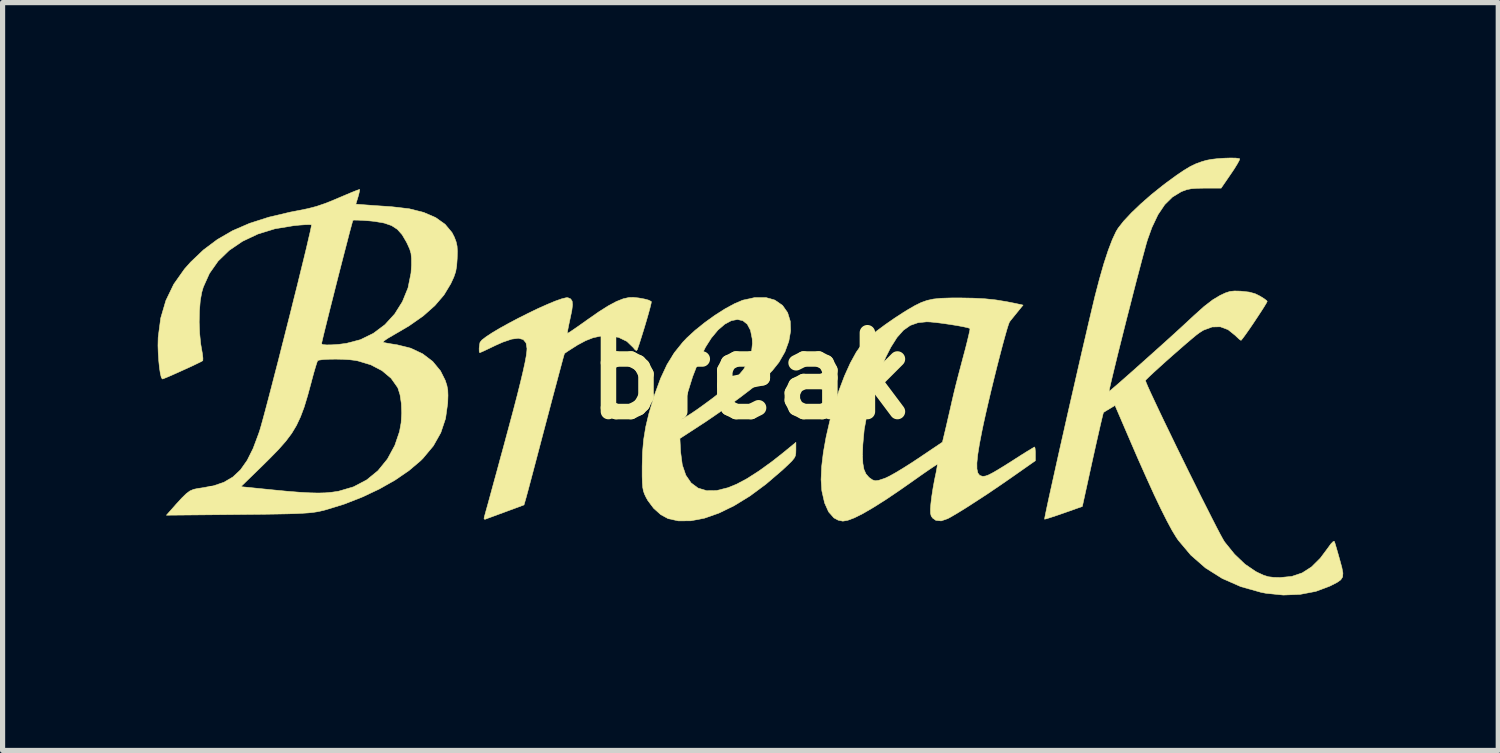
<source format=kicad_pcb>
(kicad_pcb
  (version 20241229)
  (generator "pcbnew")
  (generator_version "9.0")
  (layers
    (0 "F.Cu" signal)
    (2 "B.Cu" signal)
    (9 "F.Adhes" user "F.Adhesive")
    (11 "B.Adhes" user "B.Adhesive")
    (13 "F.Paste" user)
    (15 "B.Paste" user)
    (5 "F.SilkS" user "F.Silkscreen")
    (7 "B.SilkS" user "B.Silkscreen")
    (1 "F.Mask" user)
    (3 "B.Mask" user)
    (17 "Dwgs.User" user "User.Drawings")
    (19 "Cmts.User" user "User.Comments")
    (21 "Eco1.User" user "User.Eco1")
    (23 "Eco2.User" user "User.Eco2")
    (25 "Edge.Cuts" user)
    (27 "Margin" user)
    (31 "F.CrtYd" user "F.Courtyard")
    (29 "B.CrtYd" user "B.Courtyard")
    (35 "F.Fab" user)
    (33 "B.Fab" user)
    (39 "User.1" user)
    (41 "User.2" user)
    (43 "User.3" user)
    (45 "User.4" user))
  (footprint "break"
    (layer "F.Cu")
    (at 11.474 4.219)
    (property "Reference" "break" (at 0 0 0) (layer "F.SilkS") (effects (font (size 1.524 1.524) (thickness 0.3))))
    (attr through_hole)
    (fp_poly (pts (xy 0.46 -1.466) (xy 0.606 -1.365) (xy 0.611 -1.36) (xy 0.707 -1.223) (xy 0.758 -1.057) (xy 0.765 -0.87) (xy 0.73 -0.67) (xy 0.655 -0.465) (xy 0.54 -0.264) (xy 0.41 -0.101) (xy 0.313 -0.006) (xy 0.174 0.114) (xy -0.000054 0.254) (xy -0.2 0.407) (xy -0.419 0.568) (xy -0.648 0.729) (xy -0.879 0.887) (xy -0.979 0.952) (xy -1.376 1.21) (xy -1.362 1.475) (xy -1.33 1.721) (xy -1.262 1.92) (xy -1.16 2.069) (xy -1.026 2.169) (xy -0.861 2.219) (xy -0.667 2.217) (xy -0.446 2.162) (xy -0.28 2.094) (xy -0.077 1.986) (xy 0.154 1.838) (xy 0.406 1.656) (xy 0.608 1.497) (xy 0.867 1.285) (xy 0.867 1.432) (xy 0.865 1.495) (xy 0.857 1.545) (xy 0.833 1.592) (xy 0.788 1.647) (xy 0.713 1.72) (xy 0.602 1.824) (xy 0.287 2.094) (xy -0.024 2.324) (xy -0.329 2.511) (xy -0.623 2.654) (xy -0.903 2.752) (xy -1.165 2.802) (xy -1.404 2.804) (xy -1.605 2.76) (xy -1.748 2.682) (xy -1.884 2.56) (xy -1.998 2.408) (xy -2.033 2.344) (xy -2.062 2.283) (xy -2.082 2.224) (xy -2.095 2.156) (xy -2.102 2.066) (xy -2.106 1.943) (xy -2.106 1.774) (xy -2.106 1.748) (xy -2.099 1.478) (xy -2.077 1.23) (xy -2.037 0.986) (xy -2.002 0.838) (xy -1.343 0.838) (xy -1.224 0.77) (xy -1.158 0.728) (xy -1.056 0.659) (xy -0.93 0.569) (xy -0.792 0.468) (xy -0.725 0.418) (xy -0.48 0.224) (xy -0.289 0.045) (xy -0.146 -0.124) (xy -0.048 -0.288) (xy 0.008 -0.454) (xy 0.026 -0.627) (xy 0.022 -0.717) (xy -0.011 -0.882) (xy -0.073 -0.999) (xy -0.159 -1.068) (xy -0.263 -1.091) (xy -0.382 -1.068) (xy -0.509 -1) (xy -0.639 -0.888) (xy -0.769 -0.732) (xy -0.881 -0.556) (xy -1.011 -0.291) (xy -1.13 0.015) (xy -1.233 0.346) (xy -1.314 0.683) (xy -1.325 0.74) (xy -1.343 0.838) (xy -2.002 0.838) (xy -1.976 0.729) (xy -1.89 0.441) (xy -1.866 0.365) (xy -1.75 0.049) (xy -1.625 -0.219) (xy -1.483 -0.449) (xy -1.319 -0.653) (xy -1.242 -0.734) (xy -1.08 -0.883) (xy -0.894 -1.032) (xy -0.698 -1.173) (xy -0.503 -1.297) (xy -0.323 -1.395) (xy -0.171 -1.46) (xy -0.156 -1.465) (xy 0.078 -1.516) (xy 0.284 -1.516) (xy 0.46 -1.466)) (stroke (width 0.01) (type solid)) (fill yes) (layer "F.SilkS"))
    (fp_poly (pts (xy -2.173 -1.507) (xy -2.068 -1.488) (xy -1.981 -1.465) (xy -1.931 -1.439) (xy -1.928 -1.435) (xy -1.933 -1.402) (xy -1.952 -1.323) (xy -1.983 -1.209) (xy -2.023 -1.07) (xy -2.068 -0.919) (xy -2.116 -0.765) (xy -2.162 -0.62) (xy -2.2 -0.508) (xy -2.219 -0.488) (xy -2.252 -0.515) (xy -2.276 -0.546) (xy -2.401 -0.667) (xy -2.562 -0.745) (xy -2.753 -0.776) (xy -2.782 -0.776) (xy -2.922 -0.767) (xy -3.057 -0.737) (xy -3.198 -0.682) (xy -3.357 -0.597) (xy -3.545 -0.477) (xy -3.608 -0.433) (xy -3.617 -0.404) (xy -3.64 -0.323) (xy -3.674 -0.196) (xy -3.719 -0.028) (xy -3.773 0.175) (xy -3.835 0.406) (xy -3.902 0.661) (xy -3.961 0.884) (xy -4.034 1.16) (xy -4.103 1.423) (xy -4.167 1.666) (xy -4.224 1.882) (xy -4.273 2.066) (xy -4.311 2.21) (xy -4.338 2.308) (xy -4.348 2.346) (xy -4.391 2.495) (xy -4.755 2.63) (xy -4.894 2.681) (xy -5.013 2.725) (xy -5.101 2.757) (xy -5.146 2.774) (xy -5.148 2.775) (xy -5.164 2.761) (xy -5.159 2.73) (xy -5.148 2.69) (xy -5.123 2.599) (xy -5.085 2.463) (xy -5.037 2.287) (xy -4.98 2.078) (xy -4.915 1.842) (xy -4.846 1.586) (xy -4.797 1.408) (xy -4.689 1.007) (xy -4.596 0.66) (xy -4.519 0.364) (xy -4.457 0.115) (xy -4.408 -0.091) (xy -4.372 -0.256) (xy -4.348 -0.385) (xy -4.336 -0.48) (xy -4.333 -0.529) (xy -4.351 -0.637) (xy -4.405 -0.703) (xy -4.498 -0.728) (xy -4.63 -0.711) (xy -4.803 -0.652) (xy -4.949 -0.587) (xy -5.067 -0.53) (xy -5.164 -0.484) (xy -5.228 -0.456) (xy -5.247 -0.448) (xy -5.257 -0.474) (xy -5.258 -0.535) (xy -5.249 -0.61) (xy -5.241 -0.649) (xy -5.206 -0.693) (xy -5.124 -0.756) (xy -5.004 -0.835) (xy -4.854 -0.924) (xy -4.682 -1.019) (xy -4.497 -1.117) (xy -4.307 -1.212) (xy -4.121 -1.302) (xy -3.946 -1.38) (xy -3.791 -1.445) (xy -3.664 -1.49) (xy -3.574 -1.512) (xy -3.54 -1.511) (xy -3.489 -1.489) (xy -3.46 -1.446) (xy -3.453 -1.375) (xy -3.466 -1.265) (xy -3.498 -1.113) (xy -3.524 -0.992) (xy -3.543 -0.895) (xy -3.552 -0.835) (xy -3.551 -0.823) (xy -3.525 -0.836) (xy -3.459 -0.879) (xy -3.362 -0.946) (xy -3.242 -1.03) (xy -3.168 -1.083) (xy -2.946 -1.238) (xy -2.761 -1.355) (xy -2.606 -1.438) (xy -2.473 -1.491) (xy -2.361 -1.516) (xy -2.277 -1.518) (xy -2.173 -1.507)) (stroke (width 0.01) (type solid)) (fill yes) (layer "F.SilkS"))
    (fp_poly (pts (xy 4.3 -1.503) (xy 4.527 -1.491) (xy 4.736 -1.469) (xy 4.948 -1.434) (xy 5.11 -1.402) (xy 5.26 -1.369) (xy 5.147 -1.23) (xy 5.08 -1.147) (xy 5.023 -1.077) (xy 4.998 -1.044) (xy 4.98 -1) (xy 4.95 -0.906) (xy 4.911 -0.769) (xy 4.864 -0.598) (xy 4.812 -0.399) (xy 4.756 -0.181) (xy 4.699 0.049) (xy 4.642 0.282) (xy 4.588 0.511) (xy 4.538 0.728) (xy 4.494 0.926) (xy 4.466 1.061) (xy 4.416 1.319) (xy 4.383 1.525) (xy 4.367 1.684) (xy 4.368 1.799) (xy 4.386 1.878) (xy 4.42 1.923) (xy 4.473 1.942) (xy 4.49 1.942) (xy 4.531 1.937) (xy 4.586 1.918) (xy 4.66 1.881) (xy 4.761 1.823) (xy 4.897 1.74) (xy 5.074 1.628) (xy 5.103 1.609) (xy 5.233 1.526) (xy 5.345 1.456) (xy 5.43 1.405) (xy 5.477 1.377) (xy 5.484 1.375) (xy 5.492 1.401) (xy 5.498 1.469) (xy 5.498 1.507) (xy 5.498 1.64) (xy 5.013 1.98) (xy 4.794 2.131) (xy 4.574 2.28) (xy 4.361 2.419) (xy 4.166 2.545) (xy 3.996 2.65) (xy 3.861 2.729) (xy 3.804 2.76) (xy 3.677 2.804) (xy 3.574 2.794) (xy 3.511 2.749) (xy 3.483 2.709) (xy 3.47 2.655) (xy 3.469 2.573) (xy 3.477 2.473) (xy 3.493 2.337) (xy 3.518 2.175) (xy 3.547 2.016) (xy 3.553 1.987) (xy 3.578 1.869) (xy 3.595 1.775) (xy 3.603 1.719) (xy 3.602 1.71) (xy 3.577 1.724) (xy 3.511 1.767) (xy 3.413 1.833) (xy 3.292 1.917) (xy 3.209 1.976) (xy 2.884 2.204) (xy 2.603 2.394) (xy 2.362 2.546) (xy 2.161 2.663) (xy 1.997 2.745) (xy 1.869 2.793) (xy 1.775 2.809) (xy 1.684 2.79) (xy 1.602 2.746) (xy 1.499 2.629) (xy 1.422 2.457) (xy 1.371 2.233) (xy 1.368 2.217) (xy 1.354 2.005) (xy 1.365 1.755) (xy 1.391 1.537) (xy 2.155 1.537) (xy 2.162 1.692) (xy 2.183 1.808) (xy 2.221 1.894) (xy 2.277 1.959) (xy 2.292 1.972) (xy 2.35 2.012) (xy 2.403 2.028) (xy 2.47 2.019) (xy 2.567 1.987) (xy 2.605 1.973) (xy 2.679 1.937) (xy 2.792 1.874) (xy 2.932 1.79) (xy 3.087 1.692) (xy 3.23 1.598) (xy 3.701 1.281) (xy 3.777 0.962) (xy 3.814 0.801) (xy 3.853 0.632) (xy 3.887 0.482) (xy 3.902 0.418) (xy 3.926 0.315) (xy 3.962 0.169) (xy 4.007 -0.006) (xy 4.057 -0.195) (xy 4.099 -0.354) (xy 4.145 -0.526) (xy 4.183 -0.677) (xy 4.212 -0.799) (xy 4.23 -0.881) (xy 4.234 -0.916) (xy 4.233 -0.916) (xy 4.194 -0.931) (xy 4.109 -0.95) (xy 3.992 -0.972) (xy 3.855 -0.994) (xy 3.713 -1.015) (xy 3.579 -1.032) (xy 3.465 -1.043) (xy 3.396 -1.046) (xy 3.228 -1.029) (xy 3.08 -0.977) (xy 2.946 -0.883) (xy 2.822 -0.743) (xy 2.702 -0.553) (xy 2.602 -0.356) (xy 2.413 0.106) (xy 2.274 0.573) (xy 2.188 1.036) (xy 2.161 1.332) (xy 2.155 1.537) (xy 1.391 1.537) (xy 1.398 1.478) (xy 1.451 1.183) (xy 1.521 0.878) (xy 1.606 0.573) (xy 1.702 0.277) (xy 1.807 0.000434) (xy 1.919 -0.248) (xy 2.035 -0.459) (xy 2.151 -0.624) (xy 2.196 -0.673) (xy 2.294 -0.761) (xy 2.432 -0.87) (xy 2.595 -0.991) (xy 2.772 -1.114) (xy 2.95 -1.23) (xy 3.03 -1.279) (xy 3.168 -1.359) (xy 3.288 -1.418) (xy 3.402 -1.459) (xy 3.525 -1.486) (xy 3.67 -1.501) (xy 3.85 -1.507) (xy 4.034 -1.508) (xy 4.3 -1.503)) (stroke (width 0.01) (type solid)) (fill yes) (layer "F.SilkS"))
    (fp_poly (pts (xy 9.373 -4.212) (xy 9.437 -4.203) (xy 9.45 -4.197) (xy 9.44 -4.167) (xy 9.403 -4.099) (xy 9.344 -4.003) (xy 9.278 -3.905) (xy 9.09 -3.631) (xy 8.781 -3.631) (xy 8.628 -3.628) (xy 8.516 -3.62) (xy 8.429 -3.603) (xy 8.346 -3.573) (xy 8.315 -3.56) (xy 8.148 -3.458) (xy 8 -3.312) (xy 7.868 -3.116) (xy 7.751 -2.869) (xy 7.665 -2.63) (xy 7.641 -2.549) (xy 7.607 -2.424) (xy 7.563 -2.262) (xy 7.512 -2.068) (xy 7.454 -1.849) (xy 7.393 -1.612) (xy 7.33 -1.364) (xy 7.265 -1.112) (xy 7.202 -0.861) (xy 7.141 -0.618) (xy 7.084 -0.39) (xy 7.034 -0.184) (xy 6.991 -0.006) (xy 6.957 0.137) (xy 6.934 0.238) (xy 6.923 0.292) (xy 6.924 0.299) (xy 6.95 0.28) (xy 7.014 0.225) (xy 7.111 0.142) (xy 7.235 0.033) (xy 7.379 -0.094) (xy 7.537 -0.235) (xy 7.705 -0.385) (xy 7.876 -0.538) (xy 8.044 -0.689) (xy 8.203 -0.833) (xy 8.347 -0.965) (xy 8.47 -1.079) (xy 8.567 -1.169) (xy 8.568 -1.17) (xy 8.761 -1.343) (xy 8.926 -1.47) (xy 9.068 -1.555) (xy 9.068 -1.556) (xy 9.177 -1.606) (xy 9.261 -1.633) (xy 9.348 -1.642) (xy 9.463 -1.639) (xy 9.484 -1.637) (xy 9.632 -1.621) (xy 9.746 -1.59) (xy 9.843 -1.542) (xy 9.92 -1.494) (xy 9.97 -1.456) (xy 9.981 -1.442) (xy 9.965 -1.409) (xy 9.923 -1.339) (xy 9.861 -1.242) (xy 9.786 -1.128) (xy 9.707 -1.009) (xy 9.629 -0.895) (xy 9.56 -0.797) (xy 9.507 -0.725) (xy 9.477 -0.689) (xy 9.474 -0.687) (xy 9.443 -0.707) (xy 9.389 -0.757) (xy 9.366 -0.78) (xy 9.224 -0.894) (xy 9.073 -0.95) (xy 8.914 -0.946) (xy 8.748 -0.884) (xy 8.667 -0.833) (xy 8.61 -0.79) (xy 8.522 -0.717) (xy 8.41 -0.622) (xy 8.284 -0.512) (xy 8.149 -0.394) (xy 8.015 -0.275) (xy 7.89 -0.162) (xy 7.78 -0.062) (xy 7.695 0.018) (xy 7.641 0.071) (xy 7.627 0.088) (xy 7.637 0.121) (xy 7.671 0.202) (xy 7.726 0.324) (xy 7.8 0.482) (xy 7.889 0.671) (xy 7.99 0.883) (xy 8.102 1.114) (xy 8.22 1.358) (xy 8.343 1.609) (xy 8.466 1.86) (xy 8.589 2.107) (xy 8.706 2.344) (xy 8.817 2.563) (xy 8.917 2.761) (xy 9.004 2.931) (xy 9.075 3.067) (xy 9.128 3.163) (xy 9.158 3.212) (xy 9.349 3.448) (xy 9.551 3.641) (xy 9.758 3.782) (xy 9.801 3.804) (xy 9.912 3.855) (xy 10.004 3.884) (xy 10.105 3.896) (xy 10.234 3.899) (xy 10.458 3.877) (xy 10.657 3.81) (xy 10.838 3.694) (xy 11.008 3.525) (xy 11.146 3.34) (xy 11.213 3.248) (xy 11.259 3.201) (xy 11.281 3.202) (xy 11.295 3.247) (xy 11.321 3.335) (xy 11.355 3.453) (xy 11.384 3.556) (xy 11.425 3.707) (xy 11.445 3.813) (xy 11.439 3.888) (xy 11.403 3.944) (xy 11.332 3.994) (xy 11.221 4.051) (xy 11.193 4.065) (xy 10.921 4.167) (xy 10.617 4.225) (xy 10.293 4.238) (xy 9.959 4.204) (xy 9.861 4.185) (xy 9.47 4.075) (xy 9.111 3.917) (xy 8.788 3.714) (xy 8.504 3.466) (xy 8.26 3.176) (xy 8.22 3.117) (xy 8.141 2.987) (xy 8.042 2.803) (xy 7.925 2.57) (xy 7.791 2.289) (xy 7.643 1.963) (xy 7.48 1.597) (xy 7.349 1.294) (xy 7.038 0.571) (xy 6.933 0.635) (xy 6.864 0.676) (xy 6.821 0.704) (xy 6.815 0.708) (xy 6.806 0.738) (xy 6.786 0.82) (xy 6.756 0.946) (xy 6.719 1.109) (xy 6.675 1.302) (xy 6.627 1.518) (xy 6.604 1.621) (xy 6.406 2.525) (xy 6.049 2.651) (xy 5.913 2.698) (xy 5.798 2.736) (xy 5.716 2.762) (xy 5.677 2.771) (xy 5.676 2.771) (xy 5.68 2.741) (xy 5.696 2.659) (xy 5.723 2.53) (xy 5.76 2.358) (xy 5.806 2.15) (xy 5.859 1.911) (xy 5.918 1.645) (xy 5.982 1.359) (xy 6.05 1.059) (xy 6.12 0.748) (xy 6.192 0.433) (xy 6.264 0.119) (xy 6.334 -0.188) (xy 6.402 -0.484) (xy 6.467 -0.762) (xy 6.526 -1.017) (xy 6.58 -1.245) (xy 6.626 -1.439) (xy 6.65 -1.539) (xy 6.737 -1.873) (xy 6.822 -2.17) (xy 6.906 -2.426) (xy 6.986 -2.636) (xy 7.06 -2.794) (xy 7.1 -2.859) (xy 7.207 -2.995) (xy 7.355 -3.153) (xy 7.535 -3.325) (xy 7.738 -3.503) (xy 7.955 -3.677) (xy 8.044 -3.745) (xy 8.224 -3.876) (xy 8.37 -3.975) (xy 8.493 -4.049) (xy 8.605 -4.103) (xy 8.716 -4.143) (xy 8.806 -4.169) (xy 8.9 -4.187) (xy 9.02 -4.201) (xy 9.149 -4.21) (xy 9.271 -4.214) (xy 9.373 -4.212)) (stroke (width 0.01) (type solid)) (fill yes) (layer "F.SilkS"))
    (fp_poly (pts (xy -7.572 -3.574) (xy -7.588 -3.504) (xy -7.601 -3.459) (xy -7.643 -3.321) (xy -7.43 -3.305) (xy -7.296 -3.295) (xy -7.134 -3.284) (xy -6.973 -3.273) (xy -6.937 -3.27) (xy -6.611 -3.232) (xy -6.332 -3.162) (xy -6.1 -3.062) (xy -5.917 -2.932) (xy -5.784 -2.773) (xy -5.738 -2.684) (xy -5.704 -2.594) (xy -5.685 -2.509) (xy -5.679 -2.408) (xy -5.683 -2.268) (xy -5.683 -2.268) (xy -5.693 -2.126) (xy -5.712 -2.016) (xy -5.747 -1.913) (xy -5.804 -1.789) (xy -5.808 -1.781) (xy -5.939 -1.564) (xy -6.115 -1.359) (xy -6.339 -1.16) (xy -6.616 -0.966) (xy -6.932 -0.781) (xy -7.03 -0.724) (xy -7.094 -0.679) (xy -7.116 -0.652) (xy -7.111 -0.648) (xy -7.061 -0.637) (xy -6.971 -0.621) (xy -6.858 -0.603) (xy -6.843 -0.601) (xy -6.582 -0.536) (xy -6.351 -0.427) (xy -6.157 -0.28) (xy -6.006 -0.097) (xy -5.915 0.084) (xy -5.883 0.181) (xy -5.865 0.272) (xy -5.861 0.378) (xy -5.866 0.521) (xy -5.866 0.523) (xy -5.908 0.824) (xy -6 1.099) (xy -6.144 1.354) (xy -6.345 1.595) (xy -6.389 1.639) (xy -6.613 1.829) (xy -6.884 2.015) (xy -7.192 2.189) (xy -7.526 2.346) (xy -7.872 2.481) (xy -8.22 2.588) (xy -8.337 2.617) (xy -8.399 2.629) (xy -8.471 2.64) (xy -8.558 2.649) (xy -8.667 2.656) (xy -8.803 2.663) (xy -8.971 2.668) (xy -9.179 2.672) (xy -9.431 2.676) (xy -9.734 2.679) (xy -9.934 2.681) (xy -11.306 2.694) (xy -11.116 2.479) (xy -11.007 2.36) (xy -10.923 2.278) (xy -10.852 2.225) (xy -10.78 2.194) (xy -10.695 2.176) (xy -10.635 2.168) (xy -10.489 2.142) (xy -9.866 2.142) (xy -9.259 2.203) (xy -8.97 2.231) (xy -8.731 2.25) (xy -8.534 2.261) (xy -8.37 2.265) (xy -8.228 2.261) (xy -8.102 2.249) (xy -7.981 2.231) (xy -7.969 2.228) (xy -7.687 2.145) (xy -7.434 2.012) (xy -7.214 1.832) (xy -7.032 1.608) (xy -6.889 1.344) (xy -6.798 1.076) (xy -6.767 0.906) (xy -6.756 0.719) (xy -6.763 0.533) (xy -6.788 0.366) (xy -6.829 0.236) (xy -6.835 0.224) (xy -6.961 0.046) (xy -7.136 -0.101) (xy -7.352 -0.214) (xy -7.604 -0.29) (xy -7.657 -0.3) (xy -7.763 -0.313) (xy -7.893 -0.321) (xy -8.031 -0.324) (xy -8.164 -0.322) (xy -8.276 -0.316) (xy -8.354 -0.305) (xy -8.381 -0.295) (xy -8.395 -0.26) (xy -8.421 -0.179) (xy -8.455 -0.063) (xy -8.493 0.077) (xy -8.501 0.109) (xy -8.574 0.378) (xy -8.642 0.603) (xy -8.713 0.792) (xy -8.791 0.958) (xy -8.883 1.111) (xy -8.997 1.263) (xy -9.138 1.423) (xy -9.313 1.602) (xy -9.479 1.766) (xy -9.866 2.142) (xy -10.489 2.142) (xy -10.397 2.126) (xy -10.194 2.057) (xy -10.021 1.955) (xy -9.873 1.816) (xy -9.744 1.633) (xy -9.629 1.403) (xy -9.523 1.119) (xy -9.503 1.061) (xy -9.477 0.973) (xy -9.44 0.84) (xy -9.393 0.666) (xy -9.338 0.458) (xy -9.276 0.221) (xy -9.209 -0.039) (xy -9.137 -0.316) (xy -9.064 -0.606) (xy -9.06 -0.62) (xy -8.306 -0.62) (xy -8.28 -0.605) (xy -8.206 -0.599) (xy -8.099 -0.601) (xy -7.971 -0.61) (xy -7.835 -0.628) (xy -7.829 -0.628) (xy -7.555 -0.7) (xy -7.304 -0.823) (xy -7.081 -0.99) (xy -6.892 -1.197) (xy -6.742 -1.436) (xy -6.634 -1.701) (xy -6.576 -1.988) (xy -6.566 -2.143) (xy -6.567 -2.273) (xy -6.576 -2.368) (xy -6.601 -2.452) (xy -6.646 -2.551) (xy -6.665 -2.59) (xy -6.748 -2.731) (xy -6.84 -2.834) (xy -6.952 -2.907) (xy -7.095 -2.956) (xy -7.281 -2.988) (xy -7.368 -2.997) (xy -7.499 -3.007) (xy -7.606 -3.012) (xy -7.677 -3.013) (xy -7.699 -3.009) (xy -7.709 -2.978) (xy -7.731 -2.897) (xy -7.765 -2.772) (xy -7.806 -2.612) (xy -7.855 -2.424) (xy -7.909 -2.215) (xy -7.966 -1.993) (xy -8.024 -1.765) (xy -8.081 -1.538) (xy -8.136 -1.321) (xy -8.186 -1.12) (xy -8.23 -0.943) (xy -8.266 -0.797) (xy -8.291 -0.691) (xy -8.305 -0.63) (xy -8.306 -0.62) (xy -9.06 -0.62) (xy -8.989 -0.901) (xy -8.914 -1.196) (xy -8.842 -1.486) (xy -8.772 -1.764) (xy -8.708 -2.026) (xy -8.649 -2.265) (xy -8.598 -2.476) (xy -8.557 -2.653) (xy -8.525 -2.789) (xy -8.506 -2.881) (xy -8.5 -2.921) (xy -8.5 -2.922) (xy -8.535 -2.926) (xy -8.617 -2.924) (xy -8.732 -2.916) (xy -8.844 -2.905) (xy -9.207 -2.845) (xy -9.538 -2.743) (xy -9.834 -2.603) (xy -10.091 -2.428) (xy -10.306 -2.22) (xy -10.474 -1.981) (xy -10.593 -1.716) (xy -10.622 -1.617) (xy -10.651 -1.457) (xy -10.667 -1.258) (xy -10.672 -1.039) (xy -10.663 -0.819) (xy -10.643 -0.62) (xy -10.629 -0.538) (xy -10.61 -0.429) (xy -10.6 -0.343) (xy -10.602 -0.297) (xy -10.603 -0.294) (xy -10.638 -0.274) (xy -10.714 -0.237) (xy -10.82 -0.186) (xy -10.943 -0.13) (xy -11.071 -0.072) (xy -11.192 -0.018) (xy -11.292 0.025) (xy -11.361 0.053) (xy -11.384 0.06) (xy -11.404 0.032) (xy -11.423 -0.044) (xy -11.44 -0.155) (xy -11.454 -0.291) (xy -11.464 -0.439) (xy -11.469 -0.586) (xy -11.466 -0.722) (xy -11.465 -0.747) (xy -11.416 -1.118) (xy -11.316 -1.458) (xy -11.164 -1.773) (xy -10.957 -2.066) (xy -10.838 -2.2) (xy -10.591 -2.435) (xy -10.323 -2.636) (xy -10.028 -2.807) (xy -9.698 -2.95) (xy -9.327 -3.069) (xy -8.907 -3.168) (xy -8.756 -3.197) (xy -8.568 -3.235) (xy -8.403 -3.278) (xy -8.239 -3.334) (xy -8.052 -3.409) (xy -7.98 -3.44) (xy -7.838 -3.5) (xy -7.717 -3.551) (xy -7.626 -3.587) (xy -7.576 -3.604) (xy -7.569 -3.605) (xy -7.572 -3.574)) (stroke (width 0.01) (type solid)) (fill yes) (layer "F.SilkS")))
  (gr_rect
    (start -3 -3)
    (end 25.923 11.462)
    (stroke (width 0.1) (type default))
    (fill no)
    (layer "Edge.Cuts")))
</source>
